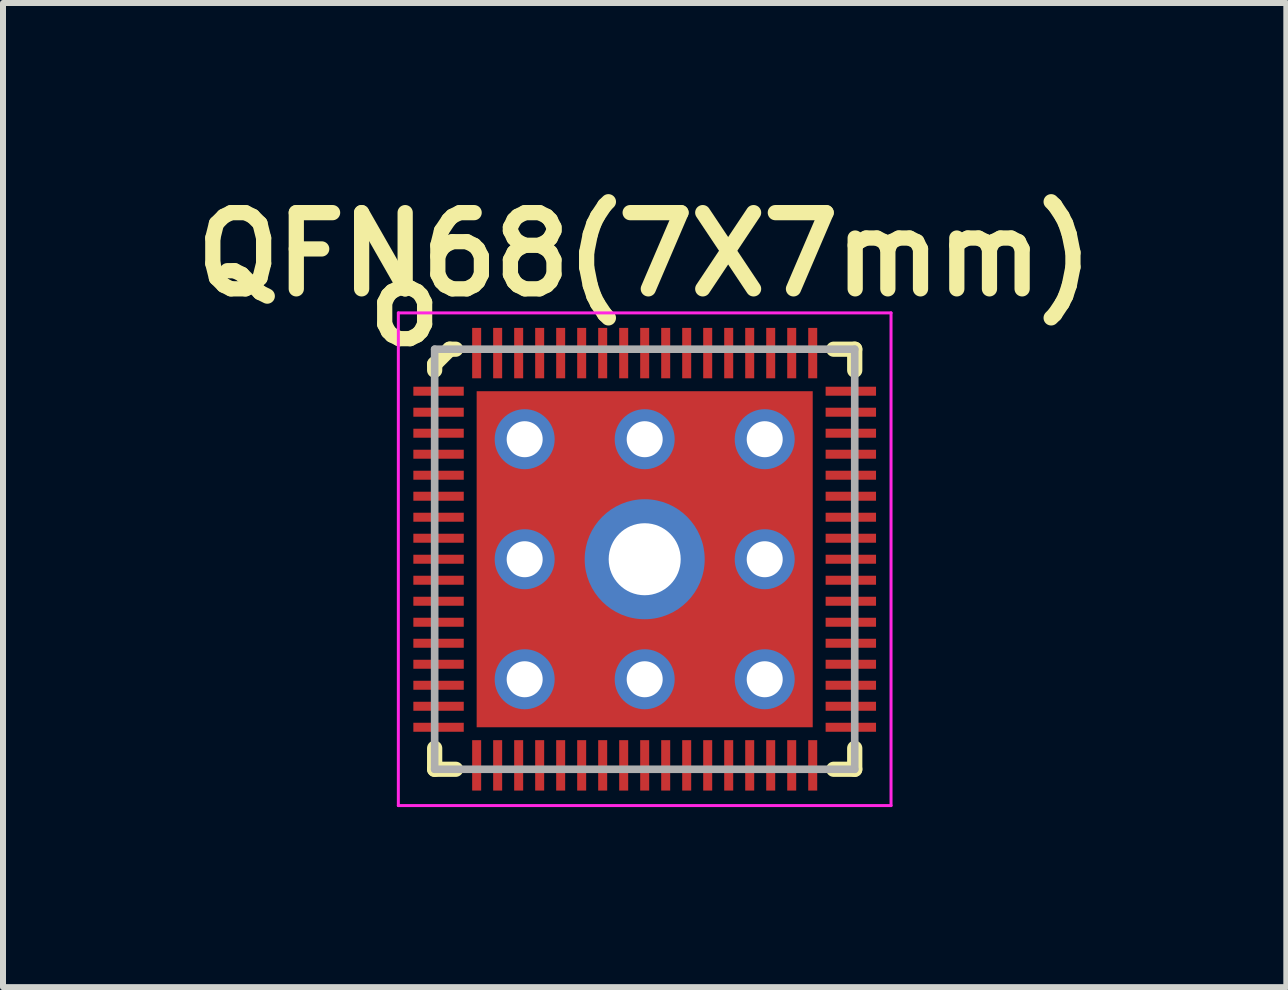
<source format=kicad_pcb>
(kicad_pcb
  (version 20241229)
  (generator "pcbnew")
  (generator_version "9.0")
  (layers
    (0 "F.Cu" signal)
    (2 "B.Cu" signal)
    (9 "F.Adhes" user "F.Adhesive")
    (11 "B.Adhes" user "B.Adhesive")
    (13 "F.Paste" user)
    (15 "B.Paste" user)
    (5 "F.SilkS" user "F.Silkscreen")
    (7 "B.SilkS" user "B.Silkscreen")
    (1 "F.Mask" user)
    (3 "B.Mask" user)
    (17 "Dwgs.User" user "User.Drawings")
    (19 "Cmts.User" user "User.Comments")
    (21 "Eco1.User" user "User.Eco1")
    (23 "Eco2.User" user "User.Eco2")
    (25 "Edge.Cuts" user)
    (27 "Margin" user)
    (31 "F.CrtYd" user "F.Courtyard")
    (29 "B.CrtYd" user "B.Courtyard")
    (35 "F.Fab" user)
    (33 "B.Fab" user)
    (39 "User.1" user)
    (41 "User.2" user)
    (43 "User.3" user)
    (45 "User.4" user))
  (footprint "QFN68(7X7mm)"
    (layer "F.Cu")
    (at 7.693 6.269)
    (property "Reference" "QFN68(7X7mm)" (at 0 -5.08 0) (layer "F.SilkS") (effects (font (size 1.27 1.27) (thickness 0.254))))
    (attr smd)
    (fp_line (start -3.5 -3.25) (end -3.5 -3.15) (stroke (width 0.254) (type solid)) (layer "F.SilkS"))
    (fp_line (start -3.5 3.5) (end -3.5 3.15) (stroke (width 0.254) (type solid)) (layer "F.SilkS"))
    (fp_line (start -3.5 3.5) (end -3.15 3.5) (stroke (width 0.254) (type solid)) (layer "F.SilkS"))
    (fp_line (start -3.25 -3.5) (end -3.5 -3.25) (stroke (width 0.254) (type solid)) (layer "F.SilkS"))
    (fp_line (start -3.25 -3.5) (end -3.15 -3.5) (stroke (width 0.254) (type solid)) (layer "F.SilkS"))
    (fp_line (start 3.5 -3.5) (end 3.15 -3.5) (stroke (width 0.254) (type solid)) (layer "F.SilkS"))
    (fp_line (start 3.5 -3.5) (end 3.5 -3.15) (stroke (width 0.254) (type solid)) (layer "F.SilkS"))
    (fp_line (start 3.5 3.5) (end 3.15 3.5) (stroke (width 0.254) (type solid)) (layer "F.SilkS"))
    (fp_line (start 3.5 3.5) (end 3.5 3.15) (stroke (width 0.254) (type solid)) (layer "F.SilkS"))
    (fp_line (start -4.105 -4.105) (end 4.105 -4.105) (stroke (width 0.05) (type solid)) (layer "F.CrtYd"))
    (fp_line (start -4.105 4.105) (end -4.105 -4.105) (stroke (width 0.05) (type solid)) (layer "F.CrtYd"))
    (fp_line (start -4.105 4.105) (end 4.105 4.105) (stroke (width 0.05) (type solid)) (layer "F.CrtYd"))
    (fp_line (start 4.105 4.105) (end 4.105 -4.105) (stroke (width 0.05) (type solid)) (layer "F.CrtYd"))
    (fp_line (start -3.5 3.5) (end -3.5 -3.5) (stroke (width 0.127) (type solid)) (layer "F.Fab"))
    (fp_line (start 3.5 -3.5) (end -3.5 -3.5) (stroke (width 0.127) (type solid)) (layer "F.Fab"))
    (fp_line (start 3.5 3.5) (end -3.5 3.5) (stroke (width 0.127) (type solid)) (layer "F.Fab"))
    (fp_line (start 3.5 3.5) (end 3.5 -3.5) (stroke (width 0.127) (type solid)) (layer "F.Fab"))
    (fp_text user "o" (at -4 -4.25 0) (layer "F.SilkS") (effects (font (size 1.27 1.27) (thickness 0.254))))
    (pad "" smd rect (at -2.3 -1) (size 1 1) (layers "F.Paste"))
    (pad "" smd rect (at -2.3 1) (size 1 1) (layers "F.Paste"))
    (pad "" smd rect (at -1 -2.3) (size 1 1) (layers "F.Paste"))
    (pad "" smd rect (at -1 2.3) (size 1 1) (layers "F.Paste"))
    (pad "" smd rect (at 0 -1) (size 1 1) (layers "F.Paste"))
    (pad "" smd rect (at 0 1) (size 1 1) (layers "F.Paste"))
    (pad "" smd rect (at 1 -2.3) (size 1 1) (layers "F.Paste"))
    (pad "" smd rect (at 1 2.3) (size 1 1) (layers "F.Paste"))
    (pad "" smd rect (at 2.3 -1) (size 1 1) (layers "F.Paste"))
    (pad "" smd rect (at 2.3 1) (size 1 1) (layers "F.Paste"))
    (pad "1" smd rect (at -3.435 -2.8) (size 0.84 0.15) (layers "F.Cu" "F.Mask" "F.Paste"))
    (pad "2" smd rect (at -3.435 -2.45) (size 0.84 0.15) (layers "F.Cu" "F.Mask" "F.Paste"))
    (pad "3" smd rect (at -3.435 -2.1) (size 0.84 0.15) (layers "F.Cu" "F.Mask" "F.Paste"))
    (pad "4" smd rect (at -3.435 -1.75) (size 0.84 0.15) (layers "F.Cu" "F.Mask" "F.Paste"))
    (pad "5" smd rect (at -3.435 -1.4) (size 0.84 0.15) (layers "F.Cu" "F.Mask" "F.Paste"))
    (pad "6" smd rect (at -3.435 -1.05) (size 0.84 0.15) (layers "F.Cu" "F.Mask" "F.Paste"))
    (pad "7" smd rect (at -3.435 -0.7) (size 0.84 0.15) (layers "F.Cu" "F.Mask" "F.Paste"))
    (pad "8" smd rect (at -3.435 -0.35) (size 0.84 0.15) (layers "F.Cu" "F.Mask" "F.Paste"))
    (pad "9" smd rect (at -3.435 0) (size 0.84 0.15) (layers "F.Cu" "F.Mask" "F.Paste"))
    (pad "10" smd rect (at -3.435 0.35) (size 0.84 0.15) (layers "F.Cu" "F.Mask" "F.Paste"))
    (pad "11" smd rect (at -3.435 0.7) (size 0.84 0.15) (layers "F.Cu" "F.Mask" "F.Paste"))
    (pad "12" smd rect (at -3.435 1.05) (size 0.84 0.15) (layers "F.Cu" "F.Mask" "F.Paste"))
    (pad "13" smd rect (at -3.435 1.4) (size 0.84 0.15) (layers "F.Cu" "F.Mask" "F.Paste"))
    (pad "14" smd rect (at -3.435 1.75) (size 0.84 0.15) (layers "F.Cu" "F.Mask" "F.Paste"))
    (pad "15" smd rect (at -3.435 2.1) (size 0.84 0.15) (layers "F.Cu" "F.Mask" "F.Paste"))
    (pad "16" smd rect (at -3.435 2.45) (size 0.84 0.15) (layers "F.Cu" "F.Mask" "F.Paste"))
    (pad "17" smd rect (at -3.435 2.8) (size 0.84 0.15) (layers "F.Cu" "F.Mask" "F.Paste"))
    (pad "18" smd rect (at -2.8 3.435) (size 0.15 0.84) (layers "F.Cu" "F.Mask" "F.Paste"))
    (pad "19" smd rect (at -2.45 3.435) (size 0.15 0.84) (layers "F.Cu" "F.Mask" "F.Paste"))
    (pad "20" smd rect (at -2.1 3.435) (size 0.15 0.84) (layers "F.Cu" "F.Mask" "F.Paste"))
    (pad "21" smd rect (at -1.75 3.435) (size 0.15 0.84) (layers "F.Cu" "F.Mask" "F.Paste"))
    (pad "22" smd rect (at -1.4 3.435) (size 0.15 0.84) (layers "F.Cu" "F.Mask" "F.Paste"))
    (pad "23" smd rect (at -1.05 3.435) (size 0.15 0.84) (layers "F.Cu" "F.Mask" "F.Paste"))
    (pad "24" smd rect (at -0.7 3.435) (size 0.15 0.84) (layers "F.Cu" "F.Mask" "F.Paste"))
    (pad "25" smd rect (at -0.35 3.435) (size 0.15 0.84) (layers "F.Cu" "F.Mask" "F.Paste"))
    (pad "26" smd rect (at 0 3.435) (size 0.15 0.84) (layers "F.Cu" "F.Mask" "F.Paste"))
    (pad "27" smd rect (at 0.35 3.435) (size 0.15 0.84) (layers "F.Cu" "F.Mask" "F.Paste"))
    (pad "28" smd rect (at 0.7 3.435) (size 0.15 0.84) (layers "F.Cu" "F.Mask" "F.Paste"))
    (pad "29" smd rect (at 1.05 3.435) (size 0.15 0.84) (layers "F.Cu" "F.Mask" "F.Paste"))
    (pad "30" smd rect (at 1.4 3.435) (size 0.15 0.84) (layers "F.Cu" "F.Mask" "F.Paste"))
    (pad "31" smd rect (at 1.75 3.435) (size 0.15 0.84) (layers "F.Cu" "F.Mask" "F.Paste"))
    (pad "32" smd rect (at 2.1 3.435) (size 0.15 0.84) (layers "F.Cu" "F.Mask" "F.Paste"))
    (pad "33" smd rect (at 2.45 3.435) (size 0.15 0.84) (layers "F.Cu" "F.Mask" "F.Paste"))
    (pad "34" smd rect (at 2.8 3.435) (size 0.15 0.84) (layers "F.Cu" "F.Mask" "F.Paste"))
    (pad "35" smd rect (at 3.435 2.8) (size 0.84 0.15) (layers "F.Cu" "F.Mask" "F.Paste"))
    (pad "36" smd rect (at 3.435 2.45) (size 0.84 0.15) (layers "F.Cu" "F.Mask" "F.Paste"))
    (pad "37" smd rect (at 3.435 2.1) (size 0.84 0.15) (layers "F.Cu" "F.Mask" "F.Paste"))
    (pad "38" smd rect (at 3.435 1.75) (size 0.84 0.15) (layers "F.Cu" "F.Mask" "F.Paste"))
    (pad "39" smd rect (at 3.435 1.4) (size 0.84 0.15) (layers "F.Cu" "F.Mask" "F.Paste"))
    (pad "40" smd rect (at 3.435 1.05) (size 0.84 0.15) (layers "F.Cu" "F.Mask" "F.Paste"))
    (pad "41" smd rect (at 3.435 0.7) (size 0.84 0.15) (layers "F.Cu" "F.Mask" "F.Paste"))
    (pad "42" smd rect (at 3.435 0.35) (size 0.84 0.15) (layers "F.Cu" "F.Mask" "F.Paste"))
    (pad "43" smd rect (at 3.435 0) (size 0.84 0.15) (layers "F.Cu" "F.Mask" "F.Paste"))
    (pad "44" smd rect (at 3.435 -0.35) (size 0.84 0.15) (layers "F.Cu" "F.Mask" "F.Paste"))
    (pad "45" smd rect (at 3.435 -0.7) (size 0.84 0.15) (layers "F.Cu" "F.Mask" "F.Paste"))
    (pad "46" smd rect (at 3.435 -1.05) (size 0.84 0.15) (layers "F.Cu" "F.Mask" "F.Paste"))
    (pad "47" smd rect (at 3.435 -1.4) (size 0.84 0.15) (layers "F.Cu" "F.Mask" "F.Paste"))
    (pad "48" smd rect (at 3.435 -1.75) (size 0.84 0.15) (layers "F.Cu" "F.Mask" "F.Paste"))
    (pad "49" smd rect (at 3.435 -2.1) (size 0.84 0.15) (layers "F.Cu" "F.Mask" "F.Paste"))
    (pad "50" smd rect (at 3.435 -2.45) (size 0.84 0.15) (layers "F.Cu" "F.Mask" "F.Paste"))
    (pad "51" smd rect (at 3.435 -2.8) (size 0.84 0.15) (layers "F.Cu" "F.Mask" "F.Paste"))
    (pad "52" smd rect (at 2.8 -3.435) (size 0.15 0.84) (layers "F.Cu" "F.Mask" "F.Paste"))
    (pad "53" smd rect (at 2.45 -3.435) (size 0.15 0.84) (layers "F.Cu" "F.Mask" "F.Paste"))
    (pad "54" smd rect (at 2.1 -3.435) (size 0.15 0.84) (layers "F.Cu" "F.Mask" "F.Paste"))
    (pad "55" smd rect (at 1.75 -3.435) (size 0.15 0.84) (layers "F.Cu" "F.Mask" "F.Paste"))
    (pad "56" smd rect (at 1.4 -3.435) (size 0.15 0.84) (layers "F.Cu" "F.Mask" "F.Paste"))
    (pad "57" smd rect (at 1.05 -3.435) (size 0.15 0.84) (layers "F.Cu" "F.Mask" "F.Paste"))
    (pad "58" smd rect (at 0.7 -3.435) (size 0.15 0.84) (layers "F.Cu" "F.Mask" "F.Paste"))
    (pad "59" smd rect (at 0.35 -3.435) (size 0.15 0.84) (layers "F.Cu" "F.Mask" "F.Paste"))
    (pad "60" smd rect (at 0 -3.435) (size 0.15 0.84) (layers "F.Cu" "F.Mask" "F.Paste"))
    (pad "61" smd rect (at -0.35 -3.435) (size 0.15 0.84) (layers "F.Cu" "F.Mask" "F.Paste"))
    (pad "62" smd rect (at -0.7 -3.435) (size 0.15 0.84) (layers "F.Cu" "F.Mask" "F.Paste"))
    (pad "63" smd rect (at -1.05 -3.435) (size 0.15 0.84) (layers "F.Cu" "F.Mask" "F.Paste"))
    (pad "64" smd rect (at -1.4 -3.435) (size 0.15 0.84) (layers "F.Cu" "F.Mask" "F.Paste"))
    (pad "65" smd rect (at -1.75 -3.435) (size 0.15 0.84) (layers "F.Cu" "F.Mask" "F.Paste"))
    (pad "66" smd rect (at -2.1 -3.435) (size 0.15 0.84) (layers "F.Cu" "F.Mask" "F.Paste"))
    (pad "67" smd rect (at -2.45 -3.435) (size 0.15 0.84) (layers "F.Cu" "F.Mask" "F.Paste"))
    (pad "68" smd rect (at -2.8 -3.435) (size 0.15 0.84) (layers "F.Cu" "F.Mask" "F.Paste"))
    (pad "69" thru_hole circle (at -2 -2) (size 1 1) (drill 0.6) (layers "*.Cu"))
    (pad "69" thru_hole circle (at -2 0) (size 1 1) (drill 0.6) (layers "*.Cu"))
    (pad "69" thru_hole circle (at -2 2) (size 1 1) (drill 0.6) (layers "*.Cu"))
    (pad "69" thru_hole circle (at 0 -2) (size 1 1) (drill 0.6) (layers "*.Cu"))
    (pad "69" thru_hole circle (at 0 0) (size 2 2) (drill 1.2) (layers "*.Cu" "*.Mask"))
    (pad "69" smd rect (at 0 0) (size 5.6 5.6) (layers "F.Cu" "F.Mask"))
    (pad "69" thru_hole circle (at 0 2) (size 1 1) (drill 0.6) (layers "*.Cu"))
    (pad "69" thru_hole circle (at 2 -2) (size 1 1) (drill 0.6) (layers "*.Cu"))
    (pad "69" thru_hole circle (at 2 0) (size 1 1) (drill 0.6) (layers "*.Cu"))
    (pad "69" thru_hole circle (at 2 2) (size 1 1) (drill 0.6) (layers "*.Cu")))
  (gr_rect
    (start -3 -3)
    (end 18.385 13.399)
    (stroke (width 0.1) (type default))
    (fill no)
    (layer "Edge.Cuts")))
</source>
